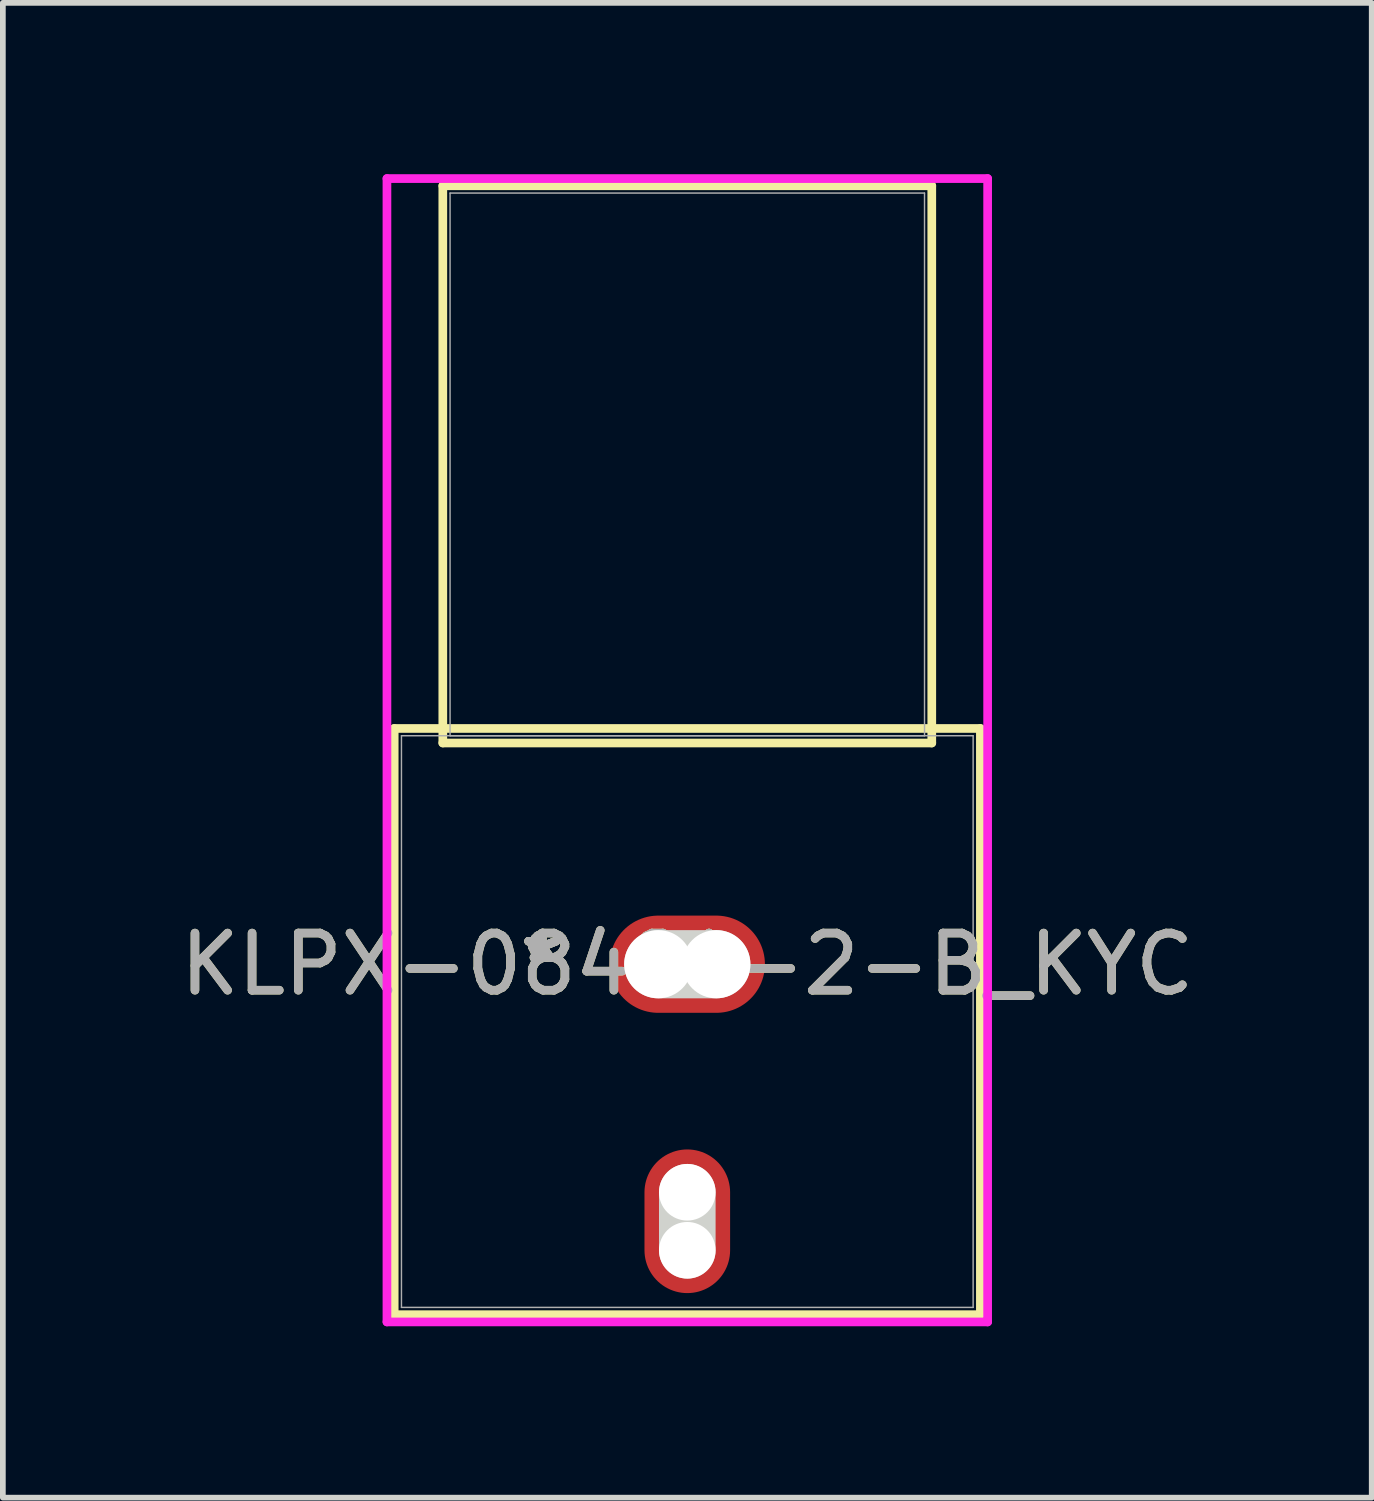
<source format=kicad_pcb>
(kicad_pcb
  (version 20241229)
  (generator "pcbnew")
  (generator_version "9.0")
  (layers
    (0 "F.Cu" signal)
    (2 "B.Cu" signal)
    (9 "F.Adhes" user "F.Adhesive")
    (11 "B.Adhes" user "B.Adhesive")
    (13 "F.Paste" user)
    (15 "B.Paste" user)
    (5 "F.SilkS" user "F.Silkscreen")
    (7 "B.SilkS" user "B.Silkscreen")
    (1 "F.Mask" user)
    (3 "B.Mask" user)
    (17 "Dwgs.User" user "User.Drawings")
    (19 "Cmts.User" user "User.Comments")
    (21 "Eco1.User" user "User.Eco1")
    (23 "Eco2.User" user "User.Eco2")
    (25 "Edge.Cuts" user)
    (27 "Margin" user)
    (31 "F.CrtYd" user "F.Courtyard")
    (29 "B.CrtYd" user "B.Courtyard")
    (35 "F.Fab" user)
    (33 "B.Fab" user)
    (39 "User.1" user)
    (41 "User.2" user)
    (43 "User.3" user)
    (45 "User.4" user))
  (footprint "KLPX-0848A-2-B_KYC"
    (layer "F.Cu")
    (at 8.982 13.83)
    (property "Reference" "KLPX-0848A-2-B_KYC" (at 0 0 0) (unlocked yes) (layer "F.SilkS") (effects (font (size 1 1) (thickness 0.15))))
    (attr smd)
    (fp_line (start -5.131 -4.127) (end -5.131 6.135) (stroke (width 0.152) (type solid)) (layer "F.SilkS"))
    (fp_line (start -5.131 6.135) (end 5.131 6.135) (stroke (width 0.152) (type solid)) (layer "F.SilkS"))
    (fp_line (start -4.28 -13.627) (end -4.28 -3.873) (stroke (width 0.152) (type solid)) (layer "F.SilkS"))
    (fp_line (start -4.28 -3.873) (end 4.28 -3.873) (stroke (width 0.152) (type solid)) (layer "F.SilkS"))
    (fp_line (start 4.28 -13.627) (end -4.28 -13.627) (stroke (width 0.152) (type solid)) (layer "F.SilkS"))
    (fp_line (start 4.28 -3.873) (end 4.28 -13.627) (stroke (width 0.152) (type solid)) (layer "F.SilkS"))
    (fp_line (start 5.131 -4.127) (end -5.131 -4.127) (stroke (width 0.152) (type solid)) (layer "F.SilkS"))
    (fp_line (start 5.131 6.135) (end 5.131 -4.127) (stroke (width 0.152) (type solid)) (layer "F.SilkS"))
    (fp_line (start -0.508 0) (end 0.508 0) (stroke (width 1.194) (type solid)) (layer "Edge.Cuts"))
    (fp_line (start 0 5.008) (end 0 3.992) (stroke (width 0.991) (type solid)) (layer "Edge.Cuts"))
    (fp_line (start -5.258 -13.754) (end -5.258 6.262) (stroke (width 0.152) (type solid)) (layer "F.CrtYd"))
    (fp_line (start -5.258 6.262) (end 5.258 6.262) (stroke (width 0.152) (type solid)) (layer "F.CrtYd"))
    (fp_line (start 5.258 -13.754) (end -5.258 -13.754) (stroke (width 0.152) (type solid)) (layer "F.CrtYd"))
    (fp_line (start 5.258 6.262) (end 5.258 -13.754) (stroke (width 0.152) (type solid)) (layer "F.CrtYd"))
    (fp_line (start -5.004 -4) (end -5.004 6.008) (stroke (width 0.025) (type solid)) (layer "F.Fab"))
    (fp_line (start -5.004 6.008) (end 5.004 6.008) (stroke (width 0.025) (type solid)) (layer "F.Fab"))
    (fp_line (start -4.153 -13.5) (end -4.153 -4) (stroke (width 0.025) (type solid)) (layer "F.Fab"))
    (fp_line (start -4.153 -4) (end 4.153 -4) (stroke (width 0.025) (type solid)) (layer "F.Fab"))
    (fp_line (start 4.153 -13.5) (end -4.153 -13.5) (stroke (width 0.025) (type solid)) (layer "F.Fab"))
    (fp_line (start 4.153 -4) (end 4.153 -13.5) (stroke (width 0.025) (type solid)) (layer "F.Fab"))
    (fp_line (start 5.004 -4) (end -5.004 -4) (stroke (width 0.025) (type solid)) (layer "F.Fab"))
    (fp_line (start 5.004 6.008) (end 5.004 -4) (stroke (width 0.025) (type solid)) (layer "F.Fab"))
    (fp_text user "*" (at -2.54 0 0) (layer "F.SilkS") (effects (font (size 1 1) (thickness 0.15))))
    (fp_text user "*" (at -2.54 0 0) (unlocked yes) (layer "F.SilkS") (effects (font (size 1 1) (thickness 0.15))))
    (fp_text user "*" (at -2.54 0 0) (unlocked yes) (layer "F.Fab") (effects (font (size 1 1) (thickness 0.15))))
    (fp_text user "*" (at -2.54 0 0) (layer "F.Fab") (effects (font (size 1 1) (thickness 0.15))))
    (fp_text user "${REFERENCE}" (at 0 0 0) (unlocked yes) (layer "F.Fab") (effects (font (size 1 1) (thickness 0.15))))
    (pad "" np_thru_hole circle (at -0.508 0) (size 1.194 1.194) (drill 1.194) (layers "*.Cu" "*.Mask"))
    (pad "" np_thru_hole circle (at 0 3.992) (size 0.991 0.991) (drill 0.991) (layers "*.Cu" "*.Mask"))
    (pad "" np_thru_hole circle (at 0 5.008) (size 0.991 0.991) (drill 0.991) (layers "*.Cu" "*.Mask"))
    (pad "" np_thru_hole circle (at 0.508 0) (size 1.194 1.194) (drill 1.194) (layers "*.Cu" "*.Mask"))
    (pad "1" smd oval (at 0 0) (size 2.718 1.702) (layers "F.Cu" "F.Mask" "F.Paste"))
    (pad "2" smd oval (at 0 4.5) (size 1.499 2.515) (layers "F.Cu" "F.Mask" "F.Paste")))
  (gr_rect
    (start -3 -3)
    (end 20.964 23.168)
    (stroke (width 0.1) (type default))
    (fill no)
    (layer "Edge.Cuts")))
</source>
